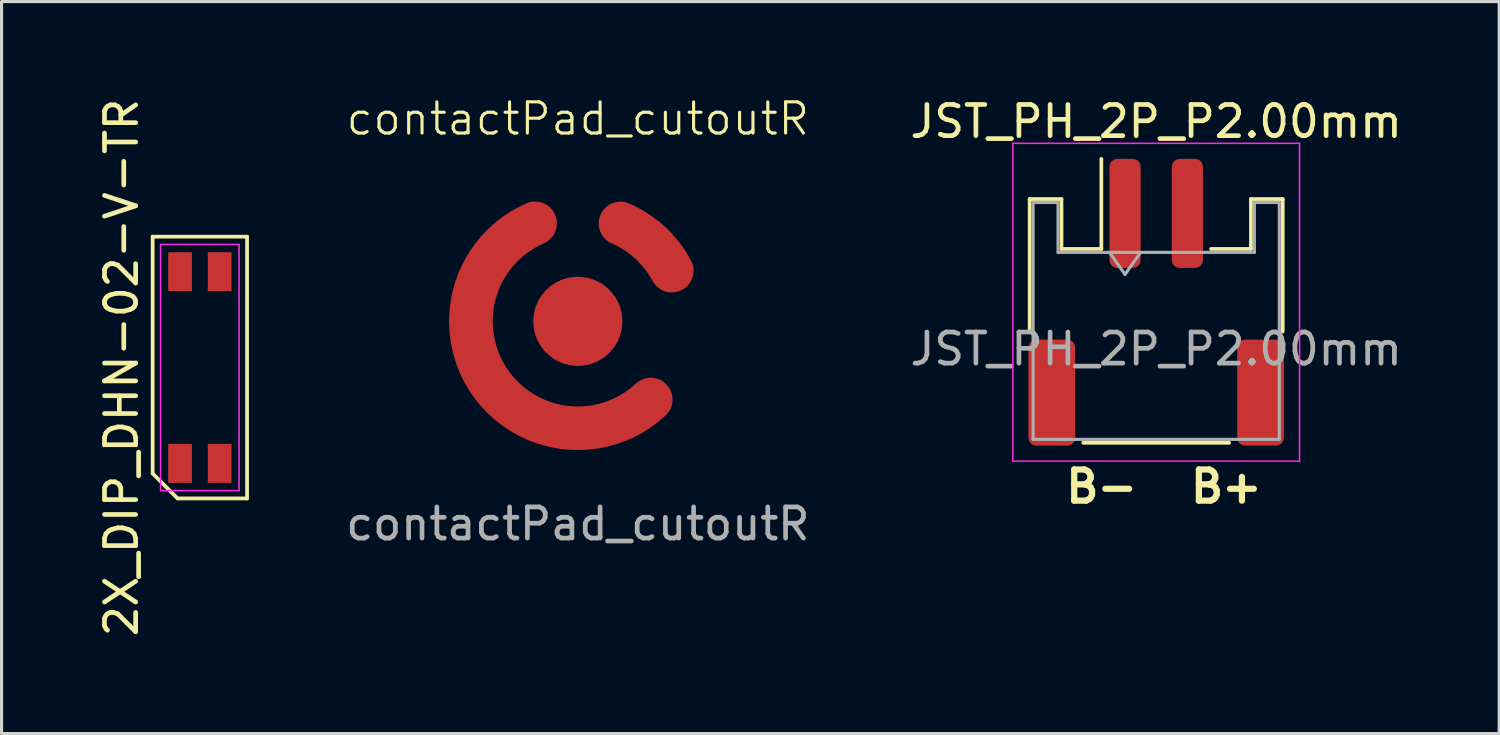
<source format=kicad_pcb>
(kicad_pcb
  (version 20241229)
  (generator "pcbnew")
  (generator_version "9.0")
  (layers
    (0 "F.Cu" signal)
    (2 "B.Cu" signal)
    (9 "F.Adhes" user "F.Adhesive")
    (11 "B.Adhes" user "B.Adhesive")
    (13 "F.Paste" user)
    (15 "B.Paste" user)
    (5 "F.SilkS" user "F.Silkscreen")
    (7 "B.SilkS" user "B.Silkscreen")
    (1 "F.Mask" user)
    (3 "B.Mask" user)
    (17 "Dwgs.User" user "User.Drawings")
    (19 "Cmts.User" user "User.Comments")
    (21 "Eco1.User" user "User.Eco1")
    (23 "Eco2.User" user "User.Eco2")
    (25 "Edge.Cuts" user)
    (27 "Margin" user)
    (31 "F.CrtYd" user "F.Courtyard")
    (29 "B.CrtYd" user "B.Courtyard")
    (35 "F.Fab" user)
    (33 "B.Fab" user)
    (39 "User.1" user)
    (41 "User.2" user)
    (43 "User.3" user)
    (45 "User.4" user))
  (footprint "2X_DIP_DHN-02-V-TR"
    (layer "F.Cu")
    (at 3.363 8.744)
    (property "Reference" "2X_DIP_DHN-02-V-TR" (at -2.515 0 90) (layer "F.SilkS") (effects (font (size 1 1) (thickness 0.15))))
    (attr smd)
    (fp_line (start -1.515 -4.2) (end 1.515 -4.2) (stroke (width 0.12) (type default)) (layer "F.SilkS"))
    (fp_line (start -1.515 3.4) (end -1.515 -4.2) (stroke (width 0.12) (type default)) (layer "F.SilkS"))
    (fp_line (start -0.715 4.2) (end -1.515 3.4) (stroke (width 0.12) (type default)) (layer "F.SilkS"))
    (fp_line (start 1.515 -4.2) (end 1.515 4.2) (stroke (width 0.12) (type default)) (layer "F.SilkS"))
    (fp_line (start 1.515 4.2) (end -0.715 4.2) (stroke (width 0.12) (type default)) (layer "F.SilkS"))
    (fp_line (start -1.26 -3.95) (end 1.26 -3.95) (stroke (width 0.05) (type default)) (layer "F.CrtYd"))
    (fp_line (start -1.26 3.95) (end -1.26 -3.95) (stroke (width 0.05) (type default)) (layer "F.CrtYd"))
    (fp_line (start 1.26 -3.95) (end 1.26 3.95) (stroke (width 0.05) (type default)) (layer "F.CrtYd"))
    (fp_line (start 1.26 3.95) (end -1.26 3.95) (stroke (width 0.05) (type default)) (layer "F.CrtYd"))
    (pad "1" smd rect (at -0.635 3.075) (size 0.76 1.25) (layers "F.Cu" "F.Mask" "F.Paste"))
    (pad "2" smd rect (at 0.635 3.075) (size 0.76 1.25) (layers "F.Cu" "F.Mask" "F.Paste"))
    (pad "3" smd rect (at 0.635 -3.075) (size 0.76 1.25) (layers "F.Cu" "F.Mask" "F.Paste"))
    (pad "4" smd rect (at -0.635 -3.075) (size 0.76 1.25) (layers "F.Cu" "F.Mask" "F.Paste")))
  (footprint "contactPad_cutoutR"
    (layer "F.Cu")
    (at 15.492 7.261)
    (property "Reference" "contactPad_cutoutR" (at 0 -6.5 0) (unlocked yes) (layer "F.SilkS") (effects (font (size 1 1) (thickness 0.1))))
    (attr smd)
    (fp_arc (start 1.37 -3.14) (mid 2.319147 -2.521519) (end 3.014693 -1.627307) (stroke (width 1.4) (type solid)) (layers "F.Cu" "F.Mask"))
    (fp_arc (start 2.34 2.51) (mid -2.86872 1.883122) (end -1.372285 -3.14524) (stroke (width 1.4) (type solid)) (layers "F.Cu" "F.Mask"))
    (fp_text user "${REFERENCE}" (at 0 6.5 0) (unlocked yes) (layer "F.Fab") (effects (font (size 1 1) (thickness 0.15))))
    (pad "1" smd circle (at 0 0) (size 2.86 2.86) (layers "F.Cu" "F.Mask"))
    (pad "2" smd roundrect (at -3.4 0) (size 0.762 0.508) (layers "F.Cu" "F.Mask") (roundrect_rratio 0.15))
    (pad "2" smd roundrect (at 3 -1.6) (size 0.762 0.508) (layers "F.Cu" "F.Mask") (roundrect_rratio 0.15)))
  (footprint "JST_PH_2P_P2.00mm"
    (layer "F.Cu")
    (at 34.051 6.648)
    (property "Reference" "JST_PH_2P_P2.00mm" (at 0 -5.8 0) (layer "F.SilkS") (effects (font (size 1 1) (thickness 0.15))))
    (attr smd)
    (fp_line (start -4.06 -3.31) (end -3.04 -3.31) (stroke (width 0.12) (type solid)) (layer "F.SilkS"))
    (fp_line (start -4.06 0.94) (end -4.06 -3.31) (stroke (width 0.12) (type solid)) (layer "F.SilkS"))
    (fp_line (start -3.04 -3.31) (end -3.04 -1.71) (stroke (width 0.12) (type solid)) (layer "F.SilkS"))
    (fp_line (start -3.04 -1.71) (end -1.76 -1.71) (stroke (width 0.12) (type solid)) (layer "F.SilkS"))
    (fp_line (start -2.34 4.51) (end 2.34 4.51) (stroke (width 0.12) (type solid)) (layer "F.SilkS"))
    (fp_line (start -1.76 -1.71) (end -1.76 -4.6) (stroke (width 0.12) (type solid)) (layer "F.SilkS"))
    (fp_line (start 3.04 -3.31) (end 3.04 -1.71) (stroke (width 0.12) (type solid)) (layer "F.SilkS"))
    (fp_line (start 3.04 -1.71) (end 1.76 -1.71) (stroke (width 0.12) (type solid)) (layer "F.SilkS"))
    (fp_line (start 4.06 -3.31) (end 3.04 -3.31) (stroke (width 0.12) (type solid)) (layer "F.SilkS"))
    (fp_line (start 4.06 0.94) (end 4.06 -3.31) (stroke (width 0.12) (type solid)) (layer "F.SilkS"))
    (fp_line (start -4.6 -5.1) (end -4.6 5.1) (stroke (width 0.05) (type solid)) (layer "F.CrtYd"))
    (fp_line (start -4.6 5.1) (end 4.6 5.1) (stroke (width 0.05) (type solid)) (layer "F.CrtYd"))
    (fp_line (start 4.6 -5.1) (end -4.6 -5.1) (stroke (width 0.05) (type solid)) (layer "F.CrtYd"))
    (fp_line (start 4.6 5.1) (end 4.6 -5.1) (stroke (width 0.05) (type solid)) (layer "F.CrtYd"))
    (fp_line (start -3.95 -3.2) (end -3.95 4.4) (stroke (width 0.1) (type solid)) (layer "F.Fab"))
    (fp_line (start -3.95 -3.2) (end -3.15 -3.2) (stroke (width 0.1) (type solid)) (layer "F.Fab"))
    (fp_line (start -3.95 4.4) (end 3.95 4.4) (stroke (width 0.1) (type solid)) (layer "F.Fab"))
    (fp_line (start -3.15 -3.2) (end -3.15 -1.6) (stroke (width 0.1) (type solid)) (layer "F.Fab"))
    (fp_line (start -3.15 -1.6) (end 3.15 -1.6) (stroke (width 0.1) (type solid)) (layer "F.Fab"))
    (fp_line (start -1.5 -1.6) (end -1 -0.893) (stroke (width 0.1) (type solid)) (layer "F.Fab"))
    (fp_line (start -1 -0.893) (end -0.5 -1.6) (stroke (width 0.1) (type solid)) (layer "F.Fab"))
    (fp_line (start 3.15 -3.2) (end 3.95 -3.2) (stroke (width 0.1) (type solid)) (layer "F.Fab"))
    (fp_line (start 3.15 -1.6) (end 3.15 -3.2) (stroke (width 0.1) (type solid)) (layer "F.Fab"))
    (fp_line (start 3.95 -3.2) (end 3.95 4.4) (stroke (width 0.1) (type solid)) (layer "F.Fab"))
    (fp_text user "B-" (at -3 6.5 0) (unlocked yes) (layer "F.SilkS") (effects (font (size 1 1) (thickness 0.2) (bold yes)) (justify left bottom)))
    (fp_text user "B+" (at 1 6.5 0) (unlocked yes) (layer "F.SilkS") (effects (font (size 1 1) (thickness 0.2) (bold yes)) (justify left bottom)))
    (fp_text user "${REFERENCE}" (at 0 1.5 0) (layer "F.Fab") (effects (font (size 1 1) (thickness 0.15))))
    (pad "1" smd roundrect (at -3.35 2.9) (size 1.5 3.4) (layers "F.Cu" "F.Mask" "F.Paste") (roundrect_rratio 0.167))
    (pad "1" smd roundrect (at -1 -2.85) (size 1 3.5) (layers "F.Cu" "F.Mask" "F.Paste") (roundrect_rratio 0.25))
    (pad "2" smd roundrect (at 3.35 2.9) (size 1.5 3.4) (layers "F.Cu" "F.Mask" "F.Paste") (roundrect_rratio 0.167))
    (pad "3" smd roundrect (at 1 -2.85) (size 1 3.5) (layers "F.Cu" "F.Mask" "F.Paste") (roundrect_rratio 0.25)))
  (gr_rect
    (start -3 -3)
    (end 45.057 20.488)
    (stroke (width 0.1) (type default))
    (fill no)
    (layer "Edge.Cuts")))
</source>
